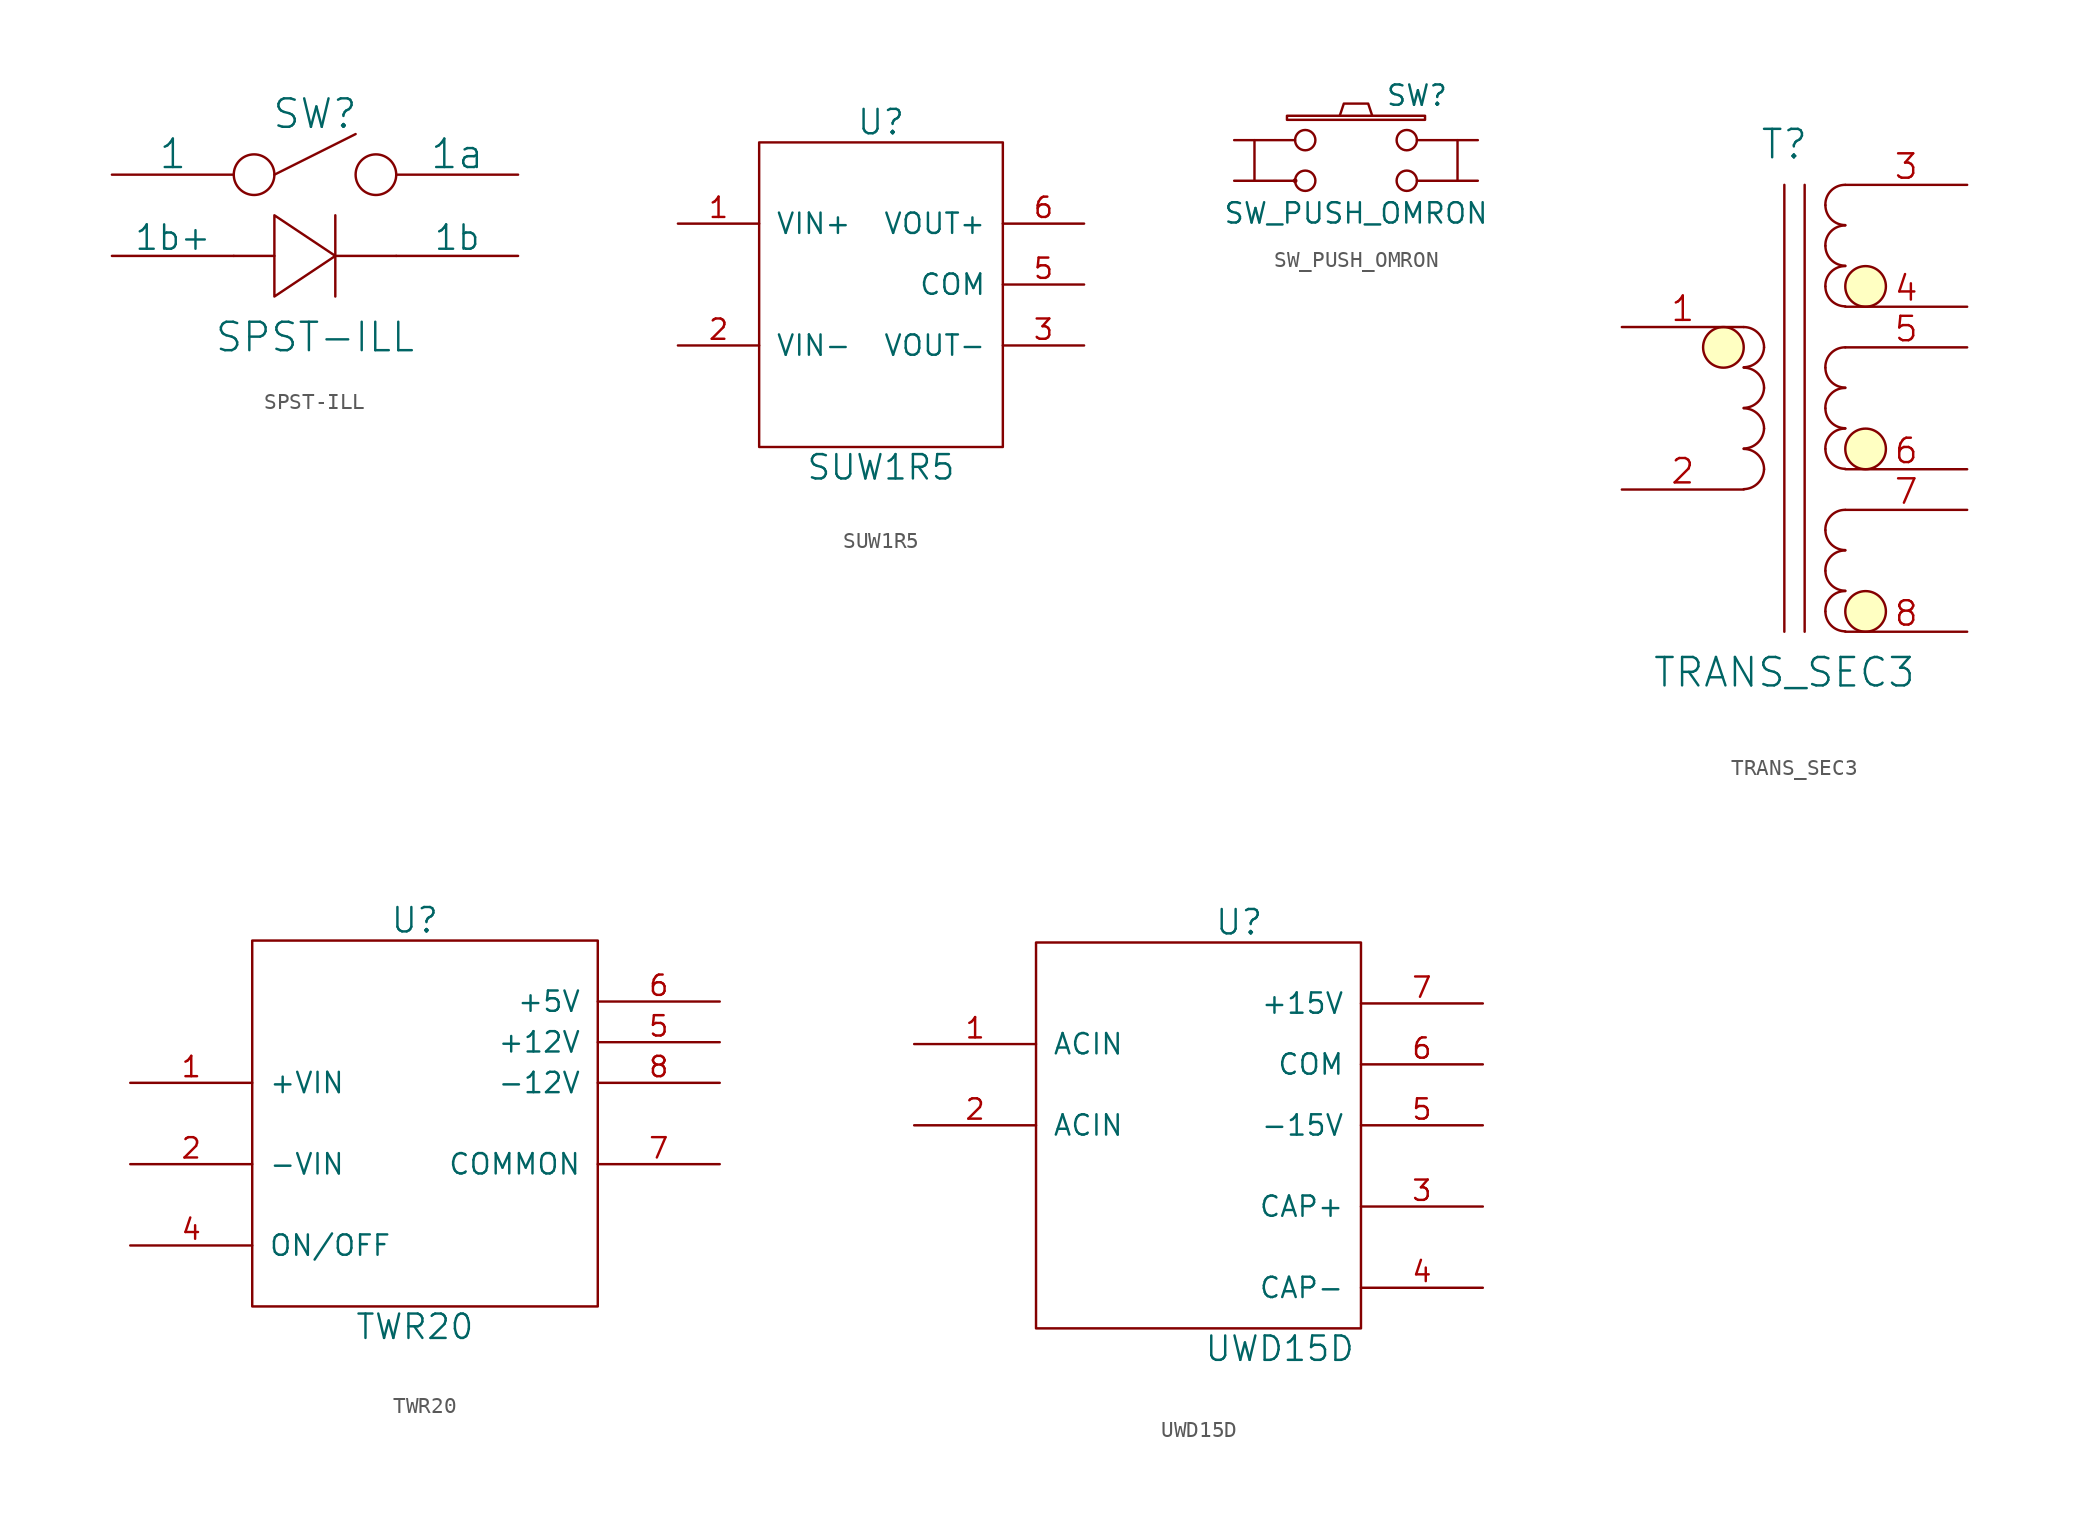
<source format=kicad_sym>
(kicad_symbol_lib
  (version 20211014)
  (generator kicad_symbol_editor)
  (symbol "SPST-ILL"
    (pin_numbers hide)
    (pin_names
      (offset 0))
    (property "Reference" "SW"
      (at 0 3.81 0)
      (effects (font (size 1.778 1.778))))
    (property "Value" "SPST-ILL"
      (at 0 -10.16 0)
      (effects (font (size 1.778 1.778))))
    (property "Footprint" ""
      (at 0 0 0)
      (effects (font (size 1.524 1.524))))
    (property "Datasheet" ""
      (at 0 0 0)
      (effects (font (size 1.524 1.524))))
    (symbol "SPST-ILL_0_0"
      (circle (center -3.81 0) (radius 1.27) (stroke (width 0) (type default) (color 0 0 0 0)) (fill (type none)))
      (polyline (pts (xy -2.54 0) (xy 2.54 2.54)) (stroke (width 0) (type default) (color 0 0 0 0)) (fill (type none)))
      (circle (center 3.81 0) (radius 1.27) (stroke (width 0) (type default) (color 0 0 0 0)) (fill (type none))))
    (symbol "SPST-ILL_0_1"
      (polyline (pts (xy -5.08 -5.08) (xy -2.54 -5.08)) (stroke (width 0) (type default) (color 0 0 0 0)) (fill (type none)))
      (polyline (pts (xy 1.27 -5.08) (xy 5.08 -5.08)) (stroke (width 0) (type default) (color 0 0 0 0)) (fill (type none)))
      (polyline (pts (xy 1.27 -2.54) (xy 1.27 -7.62)) (stroke (width 0) (type default) (color 0 0 0 0)) (fill (type none)))
      (polyline (pts (xy -2.54 -2.54) (xy -2.54 -7.62) (xy 1.27 -5.08) (xy -2.54 -2.54)) (stroke (width 0) (type default) (color 0 0 0 0)) (fill (type none))))
    (symbol "SPST-ILL_1_1"
      (pin input line (at -12.7 0 0) (length 7.62) (name "1" (effects (font (size 1.778 1.778)))) (number "1" (effects (font (size 1.778 1.778)))))
      (pin input line (at 12.7 0 180) (length 7.62) (name "1a" (effects (font (size 1.778 1.778)))) (number "1a" (effects (font (size 1.778 1.778)))))
      (pin power_in line (at -12.7 -5.08 0) (length 7.62) (name "1b+" (effects (font (size 1.524 1.524)))) (number "1b+" (effects (font (size 1.524 1.524)))))
      (pin power_in line (at 12.7 -5.08 180) (length 7.62) (name "1b" (effects (font (size 1.524 1.524)))) (number "2" (effects (font (size 1.524 1.524)))))))
  (symbol "SUW1R5"
    (pin_names
      (offset 1.016))
    (property "Reference" "U"
      (at 0 10.16 0)
      (effects (font (size 1.524 1.524))))
    (property "Value" "SUW1R5"
      (at 0 -11.43 0)
      (effects (font (size 1.524 1.524))))
    (property "Footprint" ""
      (at 0 0 0)
      (effects (font (size 1.524 1.524))))
    (property "Datasheet" ""
      (at 0 0 0)
      (effects (font (size 1.524 1.524))))
    (symbol "SUW1R5_0_1"
      (rectangle (start -7.62 8.89) (end 7.62 -10.16) (stroke (width 0) (type default) (color 0 0 0 0)) (fill (type none))))
    (symbol "SUW1R5_1_1"
      (pin power_in line (at -12.7 3.81 0) (length 5.08) (name "VIN+" (effects (font (size 1.27 1.27)))) (number "1" (effects (font (size 1.27 1.27)))))
      (pin power_in line (at -12.7 -3.81 0) (length 5.08) (name "VIN-" (effects (font (size 1.27 1.27)))) (number "2" (effects (font (size 1.27 1.27)))))
      (pin power_out line (at 12.7 -3.81 180) (length 5.08) (name "VOUT-" (effects (font (size 1.27 1.27)))) (number "3" (effects (font (size 1.27 1.27)))))
      (pin power_out line (at 12.7 0 180) (length 5.08) (name "COM" (effects (font (size 1.27 1.27)))) (number "5" (effects (font (size 1.27 1.27)))))
      (pin power_out line (at 12.7 3.81 180) (length 5.08) (name "VOUT+" (effects (font (size 1.27 1.27)))) (number "6" (effects (font (size 1.27 1.27)))))))
  (symbol "SW_PUSH_OMRON"
    (pin_numbers hide)
    (pin_names
      (offset 1.016) hide)
    (property "Reference" "SW"
      (at 3.81 2.794 0)
      (effects (font (size 1.27 1.27))))
    (property "Value" "SW_PUSH_OMRON"
      (at 0 -4.572 0)
      (effects (font (size 1.27 1.27))))
    (property "Footprint" ""
      (at 0 0 0)
      (effects (font (size 1.524 1.524))))
    (property "Datasheet" ""
      (at 0 0 0)
      (effects (font (size 1.524 1.524))))
    (symbol "SW_PUSH_OMRON_0_1"
      (rectangle (start -4.318 1.27) (end 4.318 1.524) (stroke (width 0) (type default) (color 0 0 0 0)) (fill (type none)))
      (circle (center -3.81 -2.54) (radius 0.0001) (stroke (width 0) (type default) (color 0 0 0 0)) (fill (type none)))
      (polyline (pts (xy -6.35 0) (xy -6.35 -2.54)) (stroke (width 0) (type default) (color 0 0 0 0)) (fill (type none)))
      (polyline (pts (xy 6.35 0) (xy 6.35 -2.54)) (stroke (width 0) (type default) (color 0 0 0 0)) (fill (type none)))
      (polyline (pts (xy -1.016 1.524) (xy -0.762 2.286) (xy 0.762 2.286) (xy 1.016 1.524)) (stroke (width 0) (type default) (color 0 0 0 0)) (fill (type none)))
      (pin passive inverted (at -7.62 0 0) (length 5.08) (name "1" (effects (font (size 1.524 1.524)))) (number "1" (effects (font (size 1.524 1.524)))))
      (pin passive inverted (at 7.62 0 180) (length 5.08) (name "3" (effects (font (size 1.524 1.524)))) (number "3" (effects (font (size 1.524 1.524))))))
    (symbol "SW_PUSH_OMRON_1_1"
      (pin passive inverted (at -7.62 -2.54 0) (length 5.08) (name "2" (effects (font (size 1.27 1.27)))) (number "2" (effects (font (size 1.27 1.27)))))
      (pin passive inverted (at 7.62 -2.54 180) (length 5.08) (name "4" (effects (font (size 1.27 1.27)))) (number "4" (effects (font (size 1.27 1.27)))))))
  (symbol "TRANS_SEC3"
    (pin_names
      (offset 1.016) hide)
    (property "Reference" "T"
      (at 0 16.51 0)
      (effects (font (size 1.778 1.778))))
    (property "Value" "TRANS_SEC3"
      (at 0 -16.51 0)
      (effects (font (size 1.778 1.778))))
    (property "Footprint" ""
      (at 0 0 0)
      (effects (font (size 1.524 1.524))))
    (property "Datasheet" ""
      (at 0 0 0)
      (effects (font (size 1.524 1.524))))
    (symbol "TRANS_SEC3_0_1"
      (circle (center -3.81 3.81) (radius 1.27) (stroke (width 0) (type default) (color 0 0 0 0)) (fill (type background)))
      (arc (start -2.54 -5.0546) (mid -1.6599 -4.6901) (end -1.27 -3.81) (stroke (width 0) (type default) (color 0 0 0 0)) (fill (type none)))
      (arc (start -2.54 -2.5146) (mid -1.6599 -2.1501) (end -1.27 -1.27) (stroke (width 0) (type default) (color 0 0 0 0)) (fill (type none)))
      (arc (start -2.54 0.0254) (mid -1.6599 0.3899) (end -1.27 1.27) (stroke (width 0) (type default) (color 0 0 0 0)) (fill (type none)))
      (arc (start -2.54 2.5654) (mid -1.6599 2.9299) (end -1.27 3.81) (stroke (width 0) (type default) (color 0 0 0 0)) (fill (type none)))
      (arc (start -1.27 -3.81) (mid -1.642 -2.912) (end -2.54 -2.54) (stroke (width 0) (type default) (color 0 0 0 0)) (fill (type none)))
      (arc (start -1.27 -1.27) (mid -1.642 -0.372) (end -2.54 0) (stroke (width 0) (type default) (color 0 0 0 0)) (fill (type none)))
      (arc (start -1.27 1.27) (mid -1.642 2.168) (end -2.54 2.54) (stroke (width 0) (type default) (color 0 0 0 0)) (fill (type none)))
      (arc (start -1.27 3.81) (mid -1.642 4.708) (end -2.54 5.08) (stroke (width 0) (type default) (color 0 0 0 0)) (fill (type none)))
      (polyline (pts (xy 0 13.97) (xy 0 -13.97)) (stroke (width 0) (type default) (color 0 0 0 0)) (fill (type none)))
      (polyline (pts (xy 1.27 13.97) (xy 1.27 -13.97)) (stroke (width 0) (type default) (color 0 0 0 0)) (fill (type none)))
      (arc (start 2.5654 -12.7) (mid 2.9299 -13.5801) (end 3.81 -13.9446) (stroke (width 0) (type default) (color 0 0 0 0)) (fill (type none)))
      (arc (start 2.5654 -10.16) (mid 2.9299 -11.0401) (end 3.81 -11.4046) (stroke (width 0) (type default) (color 0 0 0 0)) (fill (type none)))
      (arc (start 2.5654 -7.62) (mid 2.9299 -8.5001) (end 3.81 -8.8646) (stroke (width 0) (type default) (color 0 0 0 0)) (fill (type none)))
      (arc (start 2.5654 -2.54) (mid 2.9299 -3.4201) (end 3.81 -3.7846) (stroke (width 0) (type default) (color 0 0 0 0)) (fill (type none)))
      (arc (start 2.5654 0) (mid 2.9299 -0.8801) (end 3.81 -1.2446) (stroke (width 0) (type default) (color 0 0 0 0)) (fill (type none)))
      (arc (start 2.5654 2.54) (mid 2.9299 1.6599) (end 3.81 1.2954) (stroke (width 0) (type default) (color 0 0 0 0)) (fill (type none)))
      (arc (start 2.5654 7.62) (mid 2.9299 6.7399) (end 3.81 6.3754) (stroke (width 0) (type default) (color 0 0 0 0)) (fill (type none)))
      (arc (start 2.5654 10.16) (mid 2.9299 9.2799) (end 3.81 8.9154) (stroke (width 0) (type default) (color 0 0 0 0)) (fill (type none)))
      (arc (start 2.5654 12.7) (mid 2.9299 11.8199) (end 3.81 11.4554) (stroke (width 0) (type default) (color 0 0 0 0)) (fill (type none)))
      (arc (start 3.81 -11.43) (mid 2.912 -11.802) (end 2.5654 -12.7) (stroke (width 0) (type default) (color 0 0 0 0)) (fill (type none)))
      (arc (start 3.81 -8.89) (mid 2.912 -9.262) (end 2.5654 -10.16) (stroke (width 0) (type default) (color 0 0 0 0)) (fill (type none)))
      (arc (start 3.81 -6.35) (mid 2.912 -6.722) (end 2.5654 -7.62) (stroke (width 0) (type default) (color 0 0 0 0)) (fill (type none)))
      (arc (start 3.81 -1.27) (mid 2.912 -1.642) (end 2.5654 -2.54) (stroke (width 0) (type default) (color 0 0 0 0)) (fill (type none)))
      (arc (start 3.81 1.27) (mid 2.912 0.898) (end 2.5654 0) (stroke (width 0) (type default) (color 0 0 0 0)) (fill (type none)))
      (arc (start 3.81 3.81) (mid 2.912 3.438) (end 2.5654 2.54) (stroke (width 0) (type default) (color 0 0 0 0)) (fill (type none)))
      (arc (start 3.81 8.89) (mid 2.912 8.518) (end 2.5654 7.62) (stroke (width 0) (type default) (color 0 0 0 0)) (fill (type none)))
      (arc (start 3.81 11.43) (mid 2.912 11.058) (end 2.5654 10.16) (stroke (width 0) (type default) (color 0 0 0 0)) (fill (type none)))
      (arc (start 3.81 13.97) (mid 2.912 13.598) (end 2.5654 12.7) (stroke (width 0) (type default) (color 0 0 0 0)) (fill (type none)))
      (circle (center 5.08 -12.7) (radius 1.27) (stroke (width 0) (type default) (color 0 0 0 0)) (fill (type background)))
      (circle (center 5.08 -2.54) (radius 1.27) (stroke (width 0) (type default) (color 0 0 0 0)) (fill (type background)))
      (circle (center 5.08 7.62) (radius 1.27) (stroke (width 0) (type default) (color 0 0 0 0)) (fill (type background))))
    (symbol "TRANS_SEC3_1_1"
      (pin passive line (at -10.16 5.08 0) (length 7.62) (name "PA" (effects (font (size 1.524 1.524)))) (number "1" (effects (font (size 1.524 1.524)))))
      (pin passive line (at -10.16 -5.08 0) (length 7.62) (name "PB" (effects (font (size 1.524 1.524)))) (number "2" (effects (font (size 1.524 1.524)))))
      (pin passive line (at 11.43 13.97 180) (length 7.62) (name "SAA" (effects (font (size 1.524 1.524)))) (number "3" (effects (font (size 1.524 1.524)))))
      (pin passive line (at 11.43 6.35 180) (length 7.62) (name "SAB" (effects (font (size 1.524 1.524)))) (number "4" (effects (font (size 1.524 1.524)))))
      (pin passive line (at 11.43 3.81 180) (length 7.62) (name "SBA" (effects (font (size 1.524 1.524)))) (number "5" (effects (font (size 1.524 1.524)))))
      (pin passive line (at 11.43 -3.81 180) (length 7.62) (name "SBB" (effects (font (size 1.524 1.524)))) (number "6" (effects (font (size 1.524 1.524)))))
      (pin passive line (at 11.43 -6.35 180) (length 7.62) (name "SCA" (effects (font (size 1.524 1.524)))) (number "7" (effects (font (size 1.524 1.524)))))
      (pin passive line (at 11.43 -13.97 180) (length 7.62) (name "SCB" (effects (font (size 1.524 1.524)))) (number "8" (effects (font (size 1.524 1.524)))))))
  (symbol "TWR20"
    (pin_names
      (offset 1.016))
    (property "Reference" "U"
      (at 0 12.7 0)
      (effects (font (size 1.524 1.524))))
    (property "Value" "TWR20"
      (at 0 -12.7 0)
      (effects (font (size 1.524 1.524))))
    (property "Footprint" ""
      (at 0 -5.08 0)
      (effects (font (size 1.524 1.524))))
    (property "Datasheet" ""
      (at 0 -5.08 0)
      (effects (font (size 1.524 1.524))))
    (symbol "TWR20_0_1"
      (rectangle (start -10.16 -11.43) (end 11.43 11.43) (stroke (width 0) (type default) (color 0 0 0 0)) (fill (type none))))
    (symbol "TWR20_1_1"
      (pin power_in line (at -17.78 2.54 0) (length 7.62) (name "+VIN" (effects (font (size 1.27 1.27)))) (number "1" (effects (font (size 1.27 1.27)))))
      (pin power_in line (at -17.78 -2.54 0) (length 7.62) (name "-VIN" (effects (font (size 1.27 1.27)))) (number "2" (effects (font (size 1.27 1.27)))))
      (pin input line (at -17.78 -7.62 0) (length 7.62) (name "ON/OFF" (effects (font (size 1.27 1.27)))) (number "4" (effects (font (size 1.27 1.27)))))
      (pin power_out line (at 19.05 5.08 180) (length 7.62) (name "+12V" (effects (font (size 1.27 1.27)))) (number "5" (effects (font (size 1.27 1.27)))))
      (pin power_out line (at 19.05 7.62 180) (length 7.62) (name "+5V" (effects (font (size 1.27 1.27)))) (number "6" (effects (font (size 1.27 1.27)))))
      (pin power_out line (at 19.05 -2.54 180) (length 7.62) (name "COMMON" (effects (font (size 1.27 1.27)))) (number "7" (effects (font (size 1.27 1.27)))))
      (pin power_out line (at 19.05 2.54 180) (length 7.62) (name "-12V" (effects (font (size 1.27 1.27)))) (number "8" (effects (font (size 1.27 1.27)))))))
  (symbol "UWD15D"
    (pin_names
      (offset 1.016))
    (property "Reference" "U"
      (at 5.08 16.51 0)
      (effects (font (size 1.524 1.524))))
    (property "Value" "UWD15D"
      (at 7.62 -10.16 0)
      (effects (font (size 1.524 1.524))))
    (property "Footprint" ""
      (at 0 0 0)
      (effects (font (size 1.524 1.524))))
    (property "Datasheet" ""
      (at 0 0 0)
      (effects (font (size 1.524 1.524))))
    (symbol "UWD15D_0_1"
      (rectangle (start -7.62 -8.89) (end 12.7 15.24) (stroke (width 0) (type default) (color 0 0 0 0)) (fill (type none))))
    (symbol "UWD15D_1_1"
      (pin passive line (at -15.24 8.89 0) (length 7.62) (name "ACIN" (effects (font (size 1.27 1.27)))) (number "1" (effects (font (size 1.27 1.27)))))
      (pin passive line (at -15.24 3.81 0) (length 7.62) (name "ACIN" (effects (font (size 1.27 1.27)))) (number "2" (effects (font (size 1.27 1.27)))))
      (pin power_out line (at 20.32 -1.27 180) (length 7.62) (name "CAP+" (effects (font (size 1.27 1.27)))) (number "3" (effects (font (size 1.27 1.27)))))
      (pin power_out line (at 20.32 -6.35 180) (length 7.62) (name "CAP-" (effects (font (size 1.27 1.27)))) (number "4" (effects (font (size 1.27 1.27)))))
      (pin power_out line (at 20.32 3.81 180) (length 7.62) (name "-15V" (effects (font (size 1.27 1.27)))) (number "5" (effects (font (size 1.27 1.27)))))
      (pin power_out line (at 20.32 7.62 180) (length 7.62) (name "COM" (effects (font (size 1.27 1.27)))) (number "6" (effects (font (size 1.27 1.27)))))
      (pin power_out line (at 20.32 11.43 180) (length 7.62) (name "+15V" (effects (font (size 1.27 1.27)))) (number "7" (effects (font (size 1.27 1.27))))))))
</source>
